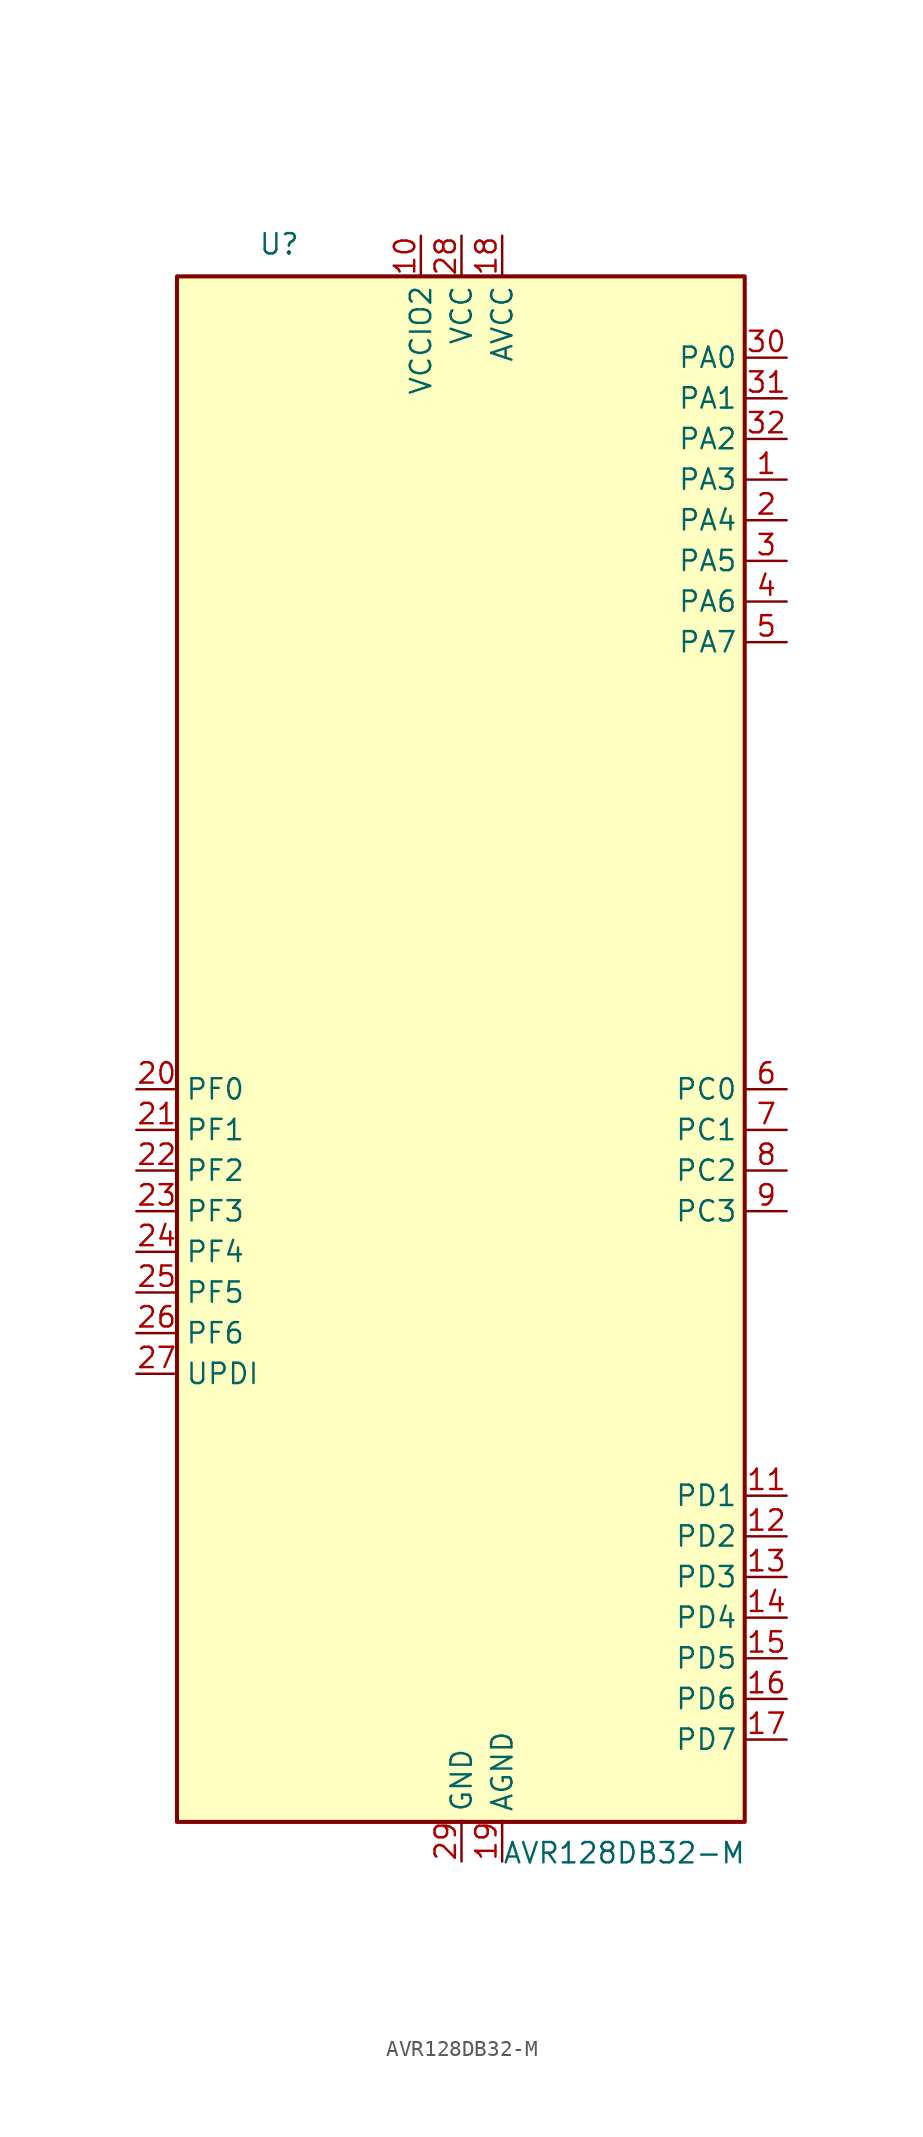
<source format=kicad_sym>
(kicad_symbol_lib
  (version 20211014)
  (generator kicad_symbol_editor)
  (symbol "AVR128DB32-M"
    (property "Reference" "U"
      (at -12.7 49.53 0)
      (effects (font (size 1.27 1.27)) (justify left bottom)))
    (property "Value" "AVR128DB32-M"
      (at 2.54 -49.53 0)
      (effects (font (size 1.27 1.27)) (justify left top)))
    (symbol "AVR128DB32-M_0_1"
      (rectangle (start -17.78 48.26) (end 17.699 -48.327) (stroke (width 0.254) (type default) (color 0 0 0 0)) (fill (type background))))
    (symbol "AVR128DB32-M_1_1"
      (pin bidirectional line (at 20.32 35.56 180) (length 2.54) (name "PA3" (effects (font (size 1.27 1.27)))) (number "1" (effects (font (size 1.27 1.27)))) (alternate "LUT0-OUT" output line) (alternate "TCA0-WO3" output line) (alternate "TCB1-WO" output line) (alternate "TWI0-SCL(MS)" bidirectional line) (alternate "USART0-XDIR" output line))
      (pin power_in line (at -2.54 50.8 270) (length 2.54) (name "VCCIO2" (effects (font (size 1.27 1.27)))) (number "10" (effects (font (size 1.27 1.27)))))
      (pin bidirectional line (at 20.32 -27.94 180) (length 2.54) (name "PD1" (effects (font (size 1.27 1.27)))) (number "11" (effects (font (size 1.27 1.27)))) (alternate "ADC0-AIN1" input line) (alternate "LUT2-IN1" input line) (alternate "OP0-INP" input line) (alternate "TCA0-WO1(3)" output line) (alternate "ZCD0-ZCIN" input line))
      (pin bidirectional line (at 20.32 -30.48 180) (length 2.54) (name "PD2" (effects (font (size 1.27 1.27)))) (number "12" (effects (font (size 1.27 1.27)))) (alternate "AC0-AINP0" input line) (alternate "AC1-AINP0" input line) (alternate "AC2-AINP0" input line) (alternate "ADC0-AIN2" input line) (alternate "EVOUTD" output line) (alternate "LUT2-IN2" input line) (alternate "OP0-OUT" output line) (alternate "TCA0-WO2(3)" output line))
      (pin bidirectional line (at 20.32 -33.02 180) (length 2.54) (name "PD3" (effects (font (size 1.27 1.27)))) (number "13" (effects (font (size 1.27 1.27)))) (alternate "AC0-AINN0" input line) (alternate "AC1-AINP1" input line) (alternate "ADC0-AIN3" input line) (alternate "LUT2-OUT" output line) (alternate "OP0-INN" input line) (alternate "TCA0-WO3(3)" output line))
      (pin bidirectional line (at 20.32 -35.56 180) (length 2.54) (name "PD4" (effects (font (size 1.27 1.27)))) (number "14" (effects (font (size 1.27 1.27)))) (alternate "AC1-AINP2" input line) (alternate "AC2-AINP1" input line) (alternate "ADC0-AIN4" input line) (alternate "OP1-INP" input line) (alternate "TCA0-WO4(3)" output line))
      (pin bidirectional line (at 20.32 -38.1 180) (length 2.54) (name "PD5" (effects (font (size 1.27 1.27)))) (number "15" (effects (font (size 1.27 1.27)))) (alternate "AC1-AINN0" input line) (alternate "ADC0-AIN5" input line) (alternate "OP1-OUT" output line) (alternate "TCA0-WO5(3)" output line))
      (pin bidirectional line (at 20.32 -40.64 180) (length 2.54) (name "PD6" (effects (font (size 1.27 1.27)))) (number "16" (effects (font (size 1.27 1.27)))) (alternate "AC0-AINP3" input line) (alternate "AC1-AINP3" input line) (alternate "AC2-AINP3" input line) (alternate "ADC0-AIN6" input line) (alternate "DAC0-OUT" output line) (alternate "LUT2-OUT(1)" output line))
      (pin bidirectional line (at 20.32 -43.18 180) (length 2.54) (name "PD7" (effects (font (size 1.27 1.27)))) (number "17" (effects (font (size 1.27 1.27)))) (alternate "AC0-AINN2" input line) (alternate "AC1-AINN2" input line) (alternate "AC2-AINN0/2" input line) (alternate "ADC0-AIN7" input line) (alternate "EVOUTD(1)" output line) (alternate "OP1-INN" input line) (alternate "VREFA" input line))
      (pin power_in line (at 2.54 50.8 270) (length 2.54) (name "AVCC" (effects (font (size 1.27 1.27)))) (number "18" (effects (font (size 1.27 1.27)))))
      (pin power_in line (at 2.54 -50.8 90) (length 2.54) (name "AGND" (effects (font (size 1.27 1.27)))) (number "19" (effects (font (size 1.27 1.27)))))
      (pin bidirectional line (at 20.32 33.02 180) (length 2.54) (name "PA4" (effects (font (size 1.27 1.27)))) (number "2" (effects (font (size 1.27 1.27)))) (alternate "SPI0-MOSI" bidirectional line) (alternate "TCA0-WO4" output line) (alternate "TCD0-WOA" output line) (alternate "USART0-TXD(1)" bidirectional line))
      (pin bidirectional line (at -20.32 -2.54 0) (length 2.54) (name "PF0" (effects (font (size 1.27 1.27)))) (number "20" (effects (font (size 1.27 1.27)))) (alternate "ADC0-AIN16(P)" input line) (alternate "LUT3-IN0" input line) (alternate "TCA0-WO0(5)" output line) (alternate "TCD0-WOA(2)" output line) (alternate "USART2-TXD" bidirectional line) (alternate "XTAL32K1" passive line))
      (pin bidirectional line (at -20.32 -5.08 0) (length 2.54) (name "PF1" (effects (font (size 1.27 1.27)))) (number "21" (effects (font (size 1.27 1.27)))) (alternate "ADC0-AIN17(P)" input line) (alternate "LUT3-IN1" input line) (alternate "TCA0-WO1(5)" output line) (alternate "TCD0-WOB(2)" output line) (alternate "USART2-RXD" input line) (alternate "XTAL32K2" passive line))
      (pin bidirectional line (at -20.32 -7.62 0) (length 2.54) (name "PF2" (effects (font (size 1.27 1.27)))) (number "22" (effects (font (size 1.27 1.27)))) (alternate "ADC0-AIN18(P)" input line) (alternate "EVOUTF" output line) (alternate "LUT3-IN2" input line) (alternate "TCA0-WO2(5)" output line) (alternate "TCD0-WOC(2)" output line) (alternate "TWI1-SDA(MS+)" bidirectional line) (alternate "USART2-XCK" bidirectional line))
      (pin bidirectional line (at -20.32 -10.16 0) (length 2.54) (name "PF3" (effects (font (size 1.27 1.27)))) (number "23" (effects (font (size 1.27 1.27)))) (alternate "ADC0-AIN19(P)" input line) (alternate "LUT3-OUT" output line) (alternate "TCA0-WO3(5)" output line) (alternate "TCD0-WOD(2)" output line) (alternate "TWI1-SCL(MS+)" bidirectional line) (alternate "USART2-XDIR" output line))
      (pin bidirectional line (at -20.32 -12.7 0) (length 2.54) (name "PF4" (effects (font (size 1.27 1.27)))) (number "24" (effects (font (size 1.27 1.27)))) (alternate "ADC0-AIN20(P)" input line) (alternate "TCA0-WO4(5)" output line) (alternate "TCB0-WO(1)" output line) (alternate "USART2-TXD(1)" output line))
      (pin bidirectional line (at -20.32 -15.24 0) (length 2.54) (name "PF5" (effects (font (size 1.27 1.27)))) (number "25" (effects (font (size 1.27 1.27)))) (alternate "ADC0-AIN21(P)" input line) (alternate "TCA0-WO5(5)" output line) (alternate "TCB1-WO(1)" output line) (alternate "USART2-RXD(1)" input line))
      (pin input line (at -20.32 -17.78 0) (length 2.54) (name "PF6" (effects (font (size 1.27 1.27)))) (number "26" (effects (font (size 1.27 1.27)))) (alternate "~{RESET}" input line))
      (pin bidirectional line (at -20.32 -20.32 0) (length 2.54) (name "UPDI" (effects (font (size 1.27 1.27)))) (number "27" (effects (font (size 1.27 1.27)))))
      (pin power_in line (at 0 50.8 270) (length 2.54) (name "VCC" (effects (font (size 1.27 1.27)))) (number "28" (effects (font (size 1.27 1.27)))))
      (pin power_in line (at 0 -50.8 90) (length 2.54) (name "GND" (effects (font (size 1.27 1.27)))) (number "29" (effects (font (size 1.27 1.27)))))
      (pin bidirectional line (at 20.32 30.48 180) (length 2.54) (name "PA5" (effects (font (size 1.27 1.27)))) (number "3" (effects (font (size 1.27 1.27)))) (alternate "SPI0-MISO" bidirectional line) (alternate "TCA0-WO5" output line) (alternate "TCD0-WOB" output line) (alternate "USART0-RXD(1)" input line))
      (pin bidirectional line (at 20.32 43.18 180) (length 2.54) (name "PA0" (effects (font (size 1.27 1.27)))) (number "30" (effects (font (size 1.27 1.27)))) (alternate "EXTCLK" input clock) (alternate "LUT0-IN0" input line) (alternate "TCA0-WO0" output line) (alternate "USART0-TXD" bidirectional line) (alternate "XTALHF1" passive line))
      (pin bidirectional line (at 20.32 40.64 180) (length 2.54) (name "PA1" (effects (font (size 1.27 1.27)))) (number "31" (effects (font (size 1.27 1.27)))) (alternate "LUT0-IN1" input line) (alternate "TCA0-WO1" output line) (alternate "USART0-RXD" input line) (alternate "XTALHF2" passive clock))
      (pin bidirectional line (at 20.32 38.1 180) (length 2.54) (name "PA2" (effects (font (size 1.27 1.27)))) (number "32" (effects (font (size 1.27 1.27)))) (alternate "EVOUTA" output line) (alternate "LUT0-IN2" input line) (alternate "TCA0-WO2" output line) (alternate "TCB0-WO" output line) (alternate "TWI0-SDA(MS)" bidirectional line) (alternate "USART0-XCK" bidirectional line))
      (pin bidirectional line (at 20.32 27.94 180) (length 2.54) (name "PA6" (effects (font (size 1.27 1.27)))) (number "4" (effects (font (size 1.27 1.27)))) (alternate "LUT0-OUT(1)" output line) (alternate "SPI0-SCK" bidirectional line) (alternate "TCD0-WOC" output line) (alternate "USART0-XCK(1)" bidirectional line))
      (pin bidirectional line (at 20.32 25.4 180) (length 2.54) (name "PA7" (effects (font (size 1.27 1.27)))) (number "5" (effects (font (size 1.27 1.27)))) (alternate "AC0-OUT" output line) (alternate "AC1-OUT" output line) (alternate "AC2-OUT" output line) (alternate "CLKOUT" output line) (alternate "EVOUTA(1)" output line) (alternate "SPI0-~{SS}" bidirectional line) (alternate "TCD0-WOD" output line) (alternate "USART0-XDIR(1)" output line) (alternate "ZCD0-OUT" output line) (alternate "ZCD1-OUT" output line) (alternate "ZDC2-OUT" output line))
      (pin bidirectional line (at 20.32 -2.54 180) (length 2.54) (name "PC0" (effects (font (size 1.27 1.27)))) (number "6" (effects (font (size 1.27 1.27)))) (alternate "LUT1-IN0" input line) (alternate "SPI1-MOSI" bidirectional line) (alternate "TCA0-WO0(2)" output line) (alternate "TCB2-WO" output line) (alternate "USART1-TXD" bidirectional line))
      (pin bidirectional line (at 20.32 -5.08 180) (length 2.54) (name "PC1" (effects (font (size 1.27 1.27)))) (number "7" (effects (font (size 1.27 1.27)))) (alternate "LUT1-IN1" input line) (alternate "SPI1-MISO" bidirectional line) (alternate "TCA0-WO1(2)" output line) (alternate "TCB3-WO(1)" output line) (alternate "USART1-RXD" input line))
      (pin bidirectional line (at 20.32 -7.62 180) (length 2.54) (name "PC2" (effects (font (size 1.27 1.27)))) (number "8" (effects (font (size 1.27 1.27)))) (alternate "EVOUTC" output line) (alternate "LUT1-IN2" input line) (alternate "SPI1-SCK" bidirectional line) (alternate "TCA-WO2(2)" output line) (alternate "TWI0-SDA(MS+)(0,2)" bidirectional line) (alternate "USART1-XCK" bidirectional line))
      (pin bidirectional line (at 20.32 -10.16 180) (length 2.54) (name "PC3" (effects (font (size 1.27 1.27)))) (number "9" (effects (font (size 1.27 1.27)))) (alternate "LUT1-OUT" output line) (alternate "SPI1-~{SS}" bidirectional line) (alternate "TCA0-WO3(2)" output line) (alternate "TWI0-SCL(MS)(0,2" bidirectional line) (alternate "USART1-XDIR" output line)))))
</source>
